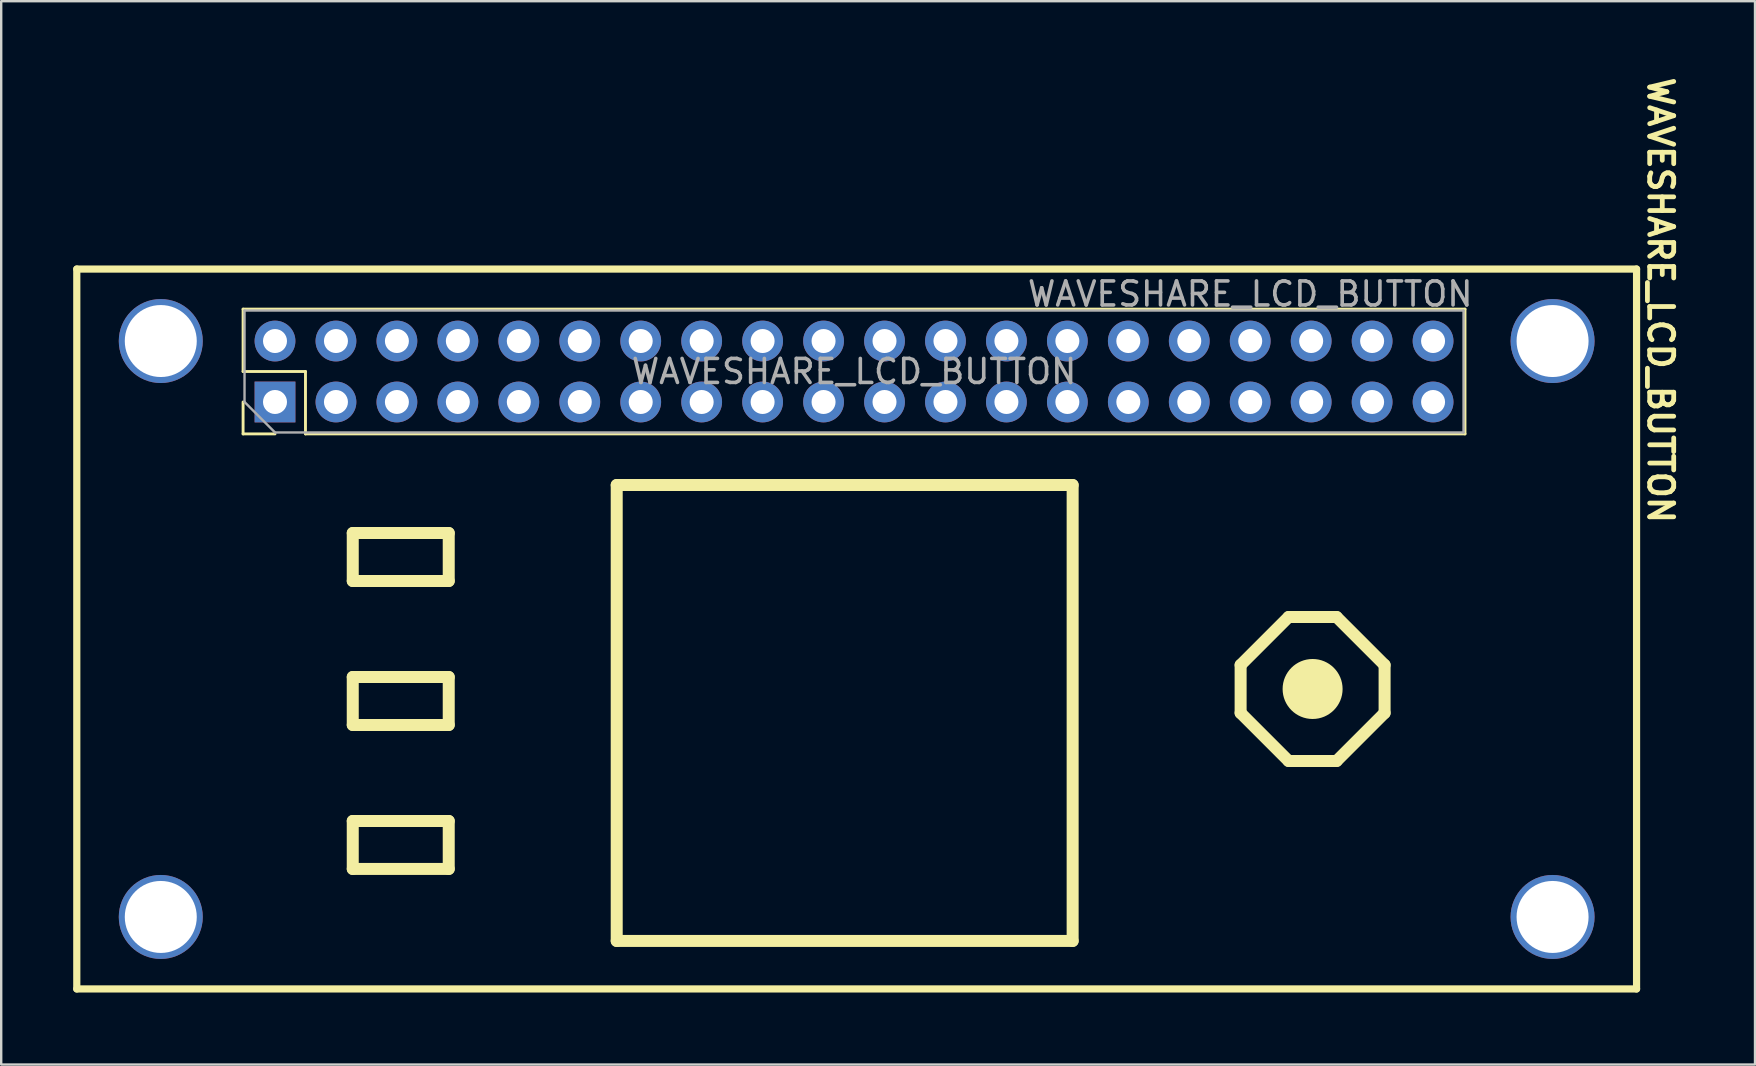
<source format=kicad_pcb>
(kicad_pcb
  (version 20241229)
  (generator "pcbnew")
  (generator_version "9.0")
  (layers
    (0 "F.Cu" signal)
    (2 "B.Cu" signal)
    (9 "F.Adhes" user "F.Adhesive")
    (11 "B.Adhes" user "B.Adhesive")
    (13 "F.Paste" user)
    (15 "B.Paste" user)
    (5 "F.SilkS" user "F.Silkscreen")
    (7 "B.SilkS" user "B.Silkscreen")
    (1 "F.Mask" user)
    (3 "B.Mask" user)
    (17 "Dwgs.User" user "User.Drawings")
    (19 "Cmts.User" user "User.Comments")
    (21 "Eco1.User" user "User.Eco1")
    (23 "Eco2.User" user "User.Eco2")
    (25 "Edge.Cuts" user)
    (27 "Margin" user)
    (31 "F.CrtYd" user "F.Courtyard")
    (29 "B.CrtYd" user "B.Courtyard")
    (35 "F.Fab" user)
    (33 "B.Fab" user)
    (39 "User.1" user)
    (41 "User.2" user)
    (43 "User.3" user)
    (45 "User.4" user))
  (footprint "WAVESHARE_LCD_BUTTON"
    (layer "F.Cu")
    (at 32.65 23.162)
    (property "Reference" "WAVESHARE_LCD_BUTTON" (at 33.5 -13.7 270) (unlocked yes) (layer "F.SilkS") (effects (font (size 1 1) (thickness 0.2) (bold yes))))
    (attr through_hole)
    (fp_line (start -32.5 -15) (end -32.5 15) (stroke (width 0.3) (type solid)) (layer "F.SilkS"))
    (fp_line (start -32.5 15) (end 32.5 15) (stroke (width 0.3) (type solid)) (layer "F.SilkS"))
    (fp_line (start -25.57 -13.33) (end 25.35 -13.33) (stroke (width 0.12) (type solid)) (layer "F.SilkS"))
    (fp_line (start -25.57 -10.73) (end -25.57 -13.33) (stroke (width 0.12) (type solid)) (layer "F.SilkS"))
    (fp_line (start -25.57 -8.13) (end -25.57 -9.46) (stroke (width 0.12) (type solid)) (layer "F.SilkS"))
    (fp_line (start -24.24 -8.13) (end -25.57 -8.13) (stroke (width 0.12) (type solid)) (layer "F.SilkS"))
    (fp_line (start -22.97 -10.73) (end -25.57 -10.73) (stroke (width 0.12) (type solid)) (layer "F.SilkS"))
    (fp_line (start -22.97 -8.13) (end -22.97 -10.73) (stroke (width 0.12) (type solid)) (layer "F.SilkS"))
    (fp_line (start -22.97 -8.13) (end 25.35 -8.13) (stroke (width 0.12) (type solid)) (layer "F.SilkS"))
    (fp_line (start -21 -4) (end -21 -2) (stroke (width 0.5) (type solid)) (layer "F.SilkS"))
    (fp_line (start -21 -2) (end -17 -2) (stroke (width 0.5) (type solid)) (layer "F.SilkS"))
    (fp_line (start -21 2) (end -21 4) (stroke (width 0.5) (type solid)) (layer "F.SilkS"))
    (fp_line (start -21 4) (end -17 4) (stroke (width 0.5) (type solid)) (layer "F.SilkS"))
    (fp_line (start -21 8) (end -21 10) (stroke (width 0.5) (type solid)) (layer "F.SilkS"))
    (fp_line (start -21 10) (end -17 10) (stroke (width 0.5) (type solid)) (layer "F.SilkS"))
    (fp_line (start -17 -4) (end -21 -4) (stroke (width 0.5) (type solid)) (layer "F.SilkS"))
    (fp_line (start -17 -2) (end -17 -4) (stroke (width 0.5) (type solid)) (layer "F.SilkS"))
    (fp_line (start -17 2) (end -21 2) (stroke (width 0.5) (type solid)) (layer "F.SilkS"))
    (fp_line (start -17 4) (end -17 2) (stroke (width 0.5) (type solid)) (layer "F.SilkS"))
    (fp_line (start -17 8) (end -21 8) (stroke (width 0.5) (type solid)) (layer "F.SilkS"))
    (fp_line (start -17 10) (end -17 8) (stroke (width 0.5) (type solid)) (layer "F.SilkS"))
    (fp_line (start -10 -6) (end -10 13) (stroke (width 0.5) (type solid)) (layer "F.SilkS"))
    (fp_line (start -10 13) (end 9 13) (stroke (width 0.5) (type solid)) (layer "F.SilkS"))
    (fp_line (start 9 -6) (end -10 -6) (stroke (width 0.5) (type solid)) (layer "F.SilkS"))
    (fp_line (start 9 13) (end 9 -6) (stroke (width 0.5) (type solid)) (layer "F.SilkS"))
    (fp_line (start 16 1.5) (end 16 3.5) (stroke (width 0.5) (type solid)) (layer "F.SilkS"))
    (fp_line (start 16 3.5) (end 18 5.5) (stroke (width 0.5) (type solid)) (layer "F.SilkS"))
    (fp_line (start 18 -0.5) (end 16 1.5) (stroke (width 0.5) (type solid)) (layer "F.SilkS"))
    (fp_line (start 18 5.5) (end 20 5.5) (stroke (width 0.5) (type solid)) (layer "F.SilkS"))
    (fp_line (start 20 -0.5) (end 18 -0.5) (stroke (width 0.5) (type solid)) (layer "F.SilkS"))
    (fp_line (start 20 5.5) (end 22 3.5) (stroke (width 0.5) (type solid)) (layer "F.SilkS"))
    (fp_line (start 22 1.5) (end 20 -0.5) (stroke (width 0.5) (type solid)) (layer "F.SilkS"))
    (fp_line (start 22 3.5) (end 22 1.5) (stroke (width 0.5) (type solid)) (layer "F.SilkS"))
    (fp_line (start 25.35 -8.13) (end 25.35 -13.33) (stroke (width 0.12) (type solid)) (layer "F.SilkS"))
    (fp_line (start 32.5 -15) (end -32.5 -15) (stroke (width 0.3) (type solid)) (layer "F.SilkS"))
    (fp_line (start 32.5 15) (end 32.5 -15) (stroke (width 0.3) (type solid)) (layer "F.SilkS"))
    (fp_circle (center 19 2.5) (end 20 2.5) (stroke (width 0.5) (type solid)) (fill yes) (layer "F.SilkS"))
    (fp_line (start -25.51 -13.27) (end 25.29 -13.27) (stroke (width 0.1) (type solid)) (layer "F.Fab"))
    (fp_line (start -25.51 -9.46) (end -25.51 -13.27) (stroke (width 0.1) (type solid)) (layer "F.Fab"))
    (fp_line (start -24.24 -8.19) (end -25.51 -9.46) (stroke (width 0.1) (type solid)) (layer "F.Fab"))
    (fp_line (start 25.29 -13.27) (end 25.29 -8.19) (stroke (width 0.1) (type solid)) (layer "F.Fab"))
    (fp_line (start 25.29 -8.19) (end -24.24 -8.19) (stroke (width 0.1) (type solid)) (layer "F.Fab"))
    (fp_text user "${REFERENCE}" (at 16.4 -13.96 0) (unlocked yes) (layer "F.Fab") (effects (font (size 1 1) (thickness 0.15))))
    (fp_text user "${REFERENCE}" (at -0.11 -10.73 180) (layer "F.Fab") (effects (font (size 1 1) (thickness 0.15))))
    (pad "" np_thru_hole circle (at -29 -12) (size 3.5 3.5) (drill 3) (layers "*.Cu" "*.Mask"))
    (pad "" np_thru_hole circle (at -29 12) (size 3.5 3.5) (drill 3) (layers "*.Cu" "*.Mask"))
    (pad "" np_thru_hole circle (at 29 -12) (size 3.5 3.5) (drill 3) (layers "*.Cu" "*.Mask"))
    (pad "" np_thru_hole circle (at 29 12) (size 3.5 3.5) (drill 3) (layers "*.Cu" "*.Mask"))
    (pad "1" thru_hole rect (at -24.24 -9.46 90) (size 1.7 1.7) (drill 1) (layers "*.Cu" "*.Mask"))
    (pad "2" thru_hole oval (at -24.24 -12 90) (size 1.7 1.7) (drill 1) (layers "*.Cu" "*.Mask"))
    (pad "3" thru_hole oval (at -21.7 -9.46 90) (size 1.7 1.7) (drill 1) (layers "*.Cu" "*.Mask"))
    (pad "4" thru_hole oval (at -21.7 -12 90) (size 1.7 1.7) (drill 1) (layers "*.Cu" "*.Mask"))
    (pad "5" thru_hole oval (at -19.16 -9.46 90) (size 1.7 1.7) (drill 1) (layers "*.Cu" "*.Mask"))
    (pad "6" thru_hole oval (at -19.16 -12 90) (size 1.7 1.7) (drill 1) (layers "*.Cu" "*.Mask"))
    (pad "7" thru_hole oval (at -16.62 -9.46 90) (size 1.7 1.7) (drill 1) (layers "*.Cu" "*.Mask"))
    (pad "8" thru_hole oval (at -16.62 -12 90) (size 1.7 1.7) (drill 1) (layers "*.Cu" "*.Mask"))
    (pad "9" thru_hole oval (at -14.08 -9.46 90) (size 1.7 1.7) (drill 1) (layers "*.Cu" "*.Mask"))
    (pad "10" thru_hole oval (at -14.08 -12 90) (size 1.7 1.7) (drill 1) (layers "*.Cu" "*.Mask"))
    (pad "11" thru_hole oval (at -11.54 -9.46 90) (size 1.7 1.7) (drill 1) (layers "*.Cu" "*.Mask"))
    (pad "12" thru_hole oval (at -11.54 -12 90) (size 1.7 1.7) (drill 1) (layers "*.Cu" "*.Mask"))
    (pad "13" thru_hole oval (at -9 -9.46 90) (size 1.7 1.7) (drill 1) (layers "*.Cu" "*.Mask"))
    (pad "14" thru_hole oval (at -9 -12 90) (size 1.7 1.7) (drill 1) (layers "*.Cu" "*.Mask"))
    (pad "15" thru_hole oval (at -6.46 -9.46 90) (size 1.7 1.7) (drill 1) (layers "*.Cu" "*.Mask"))
    (pad "16" thru_hole oval (at -6.46 -12 90) (size 1.7 1.7) (drill 1) (layers "*.Cu" "*.Mask"))
    (pad "17" thru_hole oval (at -3.92 -9.46 90) (size 1.7 1.7) (drill 1) (layers "*.Cu" "*.Mask"))
    (pad "18" thru_hole oval (at -3.92 -12 90) (size 1.7 1.7) (drill 1) (layers "*.Cu" "*.Mask"))
    (pad "19" thru_hole oval (at -1.38 -9.46 90) (size 1.7 1.7) (drill 1) (layers "*.Cu" "*.Mask"))
    (pad "20" thru_hole oval (at -1.38 -12 270) (size 1.7 1.7) (drill 1) (layers "*.Cu" "*.Mask"))
    (pad "21" thru_hole oval (at 1.16 -9.46 90) (size 1.7 1.7) (drill 1) (layers "*.Cu" "*.Mask"))
    (pad "22" thru_hole oval (at 1.16 -12 90) (size 1.7 1.7) (drill 1) (layers "*.Cu" "*.Mask"))
    (pad "23" thru_hole oval (at 3.7 -9.46 90) (size 1.7 1.7) (drill 1) (layers "*.Cu" "*.Mask"))
    (pad "24" thru_hole oval (at 3.7 -12 90) (size 1.7 1.7) (drill 1) (layers "*.Cu" "*.Mask"))
    (pad "25" thru_hole oval (at 6.24 -9.46 90) (size 1.7 1.7) (drill 1) (layers "*.Cu" "*.Mask"))
    (pad "26" thru_hole oval (at 6.24 -12 90) (size 1.7 1.7) (drill 1) (layers "*.Cu" "*.Mask"))
    (pad "27" thru_hole oval (at 8.78 -9.46 90) (size 1.7 1.7) (drill 1) (layers "*.Cu" "*.Mask"))
    (pad "28" thru_hole oval (at 8.78 -12 90) (size 1.7 1.7) (drill 1) (layers "*.Cu" "*.Mask"))
    (pad "29" thru_hole oval (at 11.32 -9.46 90) (size 1.7 1.7) (drill 1) (layers "*.Cu" "*.Mask"))
    (pad "30" thru_hole oval (at 11.32 -12 90) (size 1.7 1.7) (drill 1) (layers "*.Cu" "*.Mask"))
    (pad "31" thru_hole oval (at 13.86 -9.46 90) (size 1.7 1.7) (drill 1) (layers "*.Cu" "*.Mask"))
    (pad "32" thru_hole oval (at 13.86 -12 90) (size 1.7 1.7) (drill 1) (layers "*.Cu" "*.Mask"))
    (pad "33" thru_hole oval (at 16.4 -9.46 90) (size 1.7 1.7) (drill 1) (layers "*.Cu" "*.Mask"))
    (pad "34" thru_hole oval (at 16.4 -12 90) (size 1.7 1.7) (drill 1) (layers "*.Cu" "*.Mask"))
    (pad "35" thru_hole oval (at 18.94 -9.46 90) (size 1.7 1.7) (drill 1) (layers "*.Cu" "*.Mask"))
    (pad "36" thru_hole oval (at 18.94 -12 90) (size 1.7 1.7) (drill 1) (layers "*.Cu" "*.Mask"))
    (pad "37" thru_hole oval (at 21.48 -9.46 90) (size 1.7 1.7) (drill 1) (layers "*.Cu" "*.Mask"))
    (pad "38" thru_hole oval (at 21.48 -12 90) (size 1.7 1.7) (drill 1) (layers "*.Cu" "*.Mask"))
    (pad "39" thru_hole oval (at 24.02 -9.46 90) (size 1.7 1.7) (drill 1) (layers "*.Cu" "*.Mask"))
    (pad "40" thru_hole oval (at 24.02 -12 90) (size 1.7 1.7) (drill 1) (layers "*.Cu" "*.Mask")))
  (gr_rect
    (start -3 -3)
    (end 70.086 41.312)
    (stroke (width 0.1) (type default))
    (fill no)
    (layer "Edge.Cuts")))
</source>
